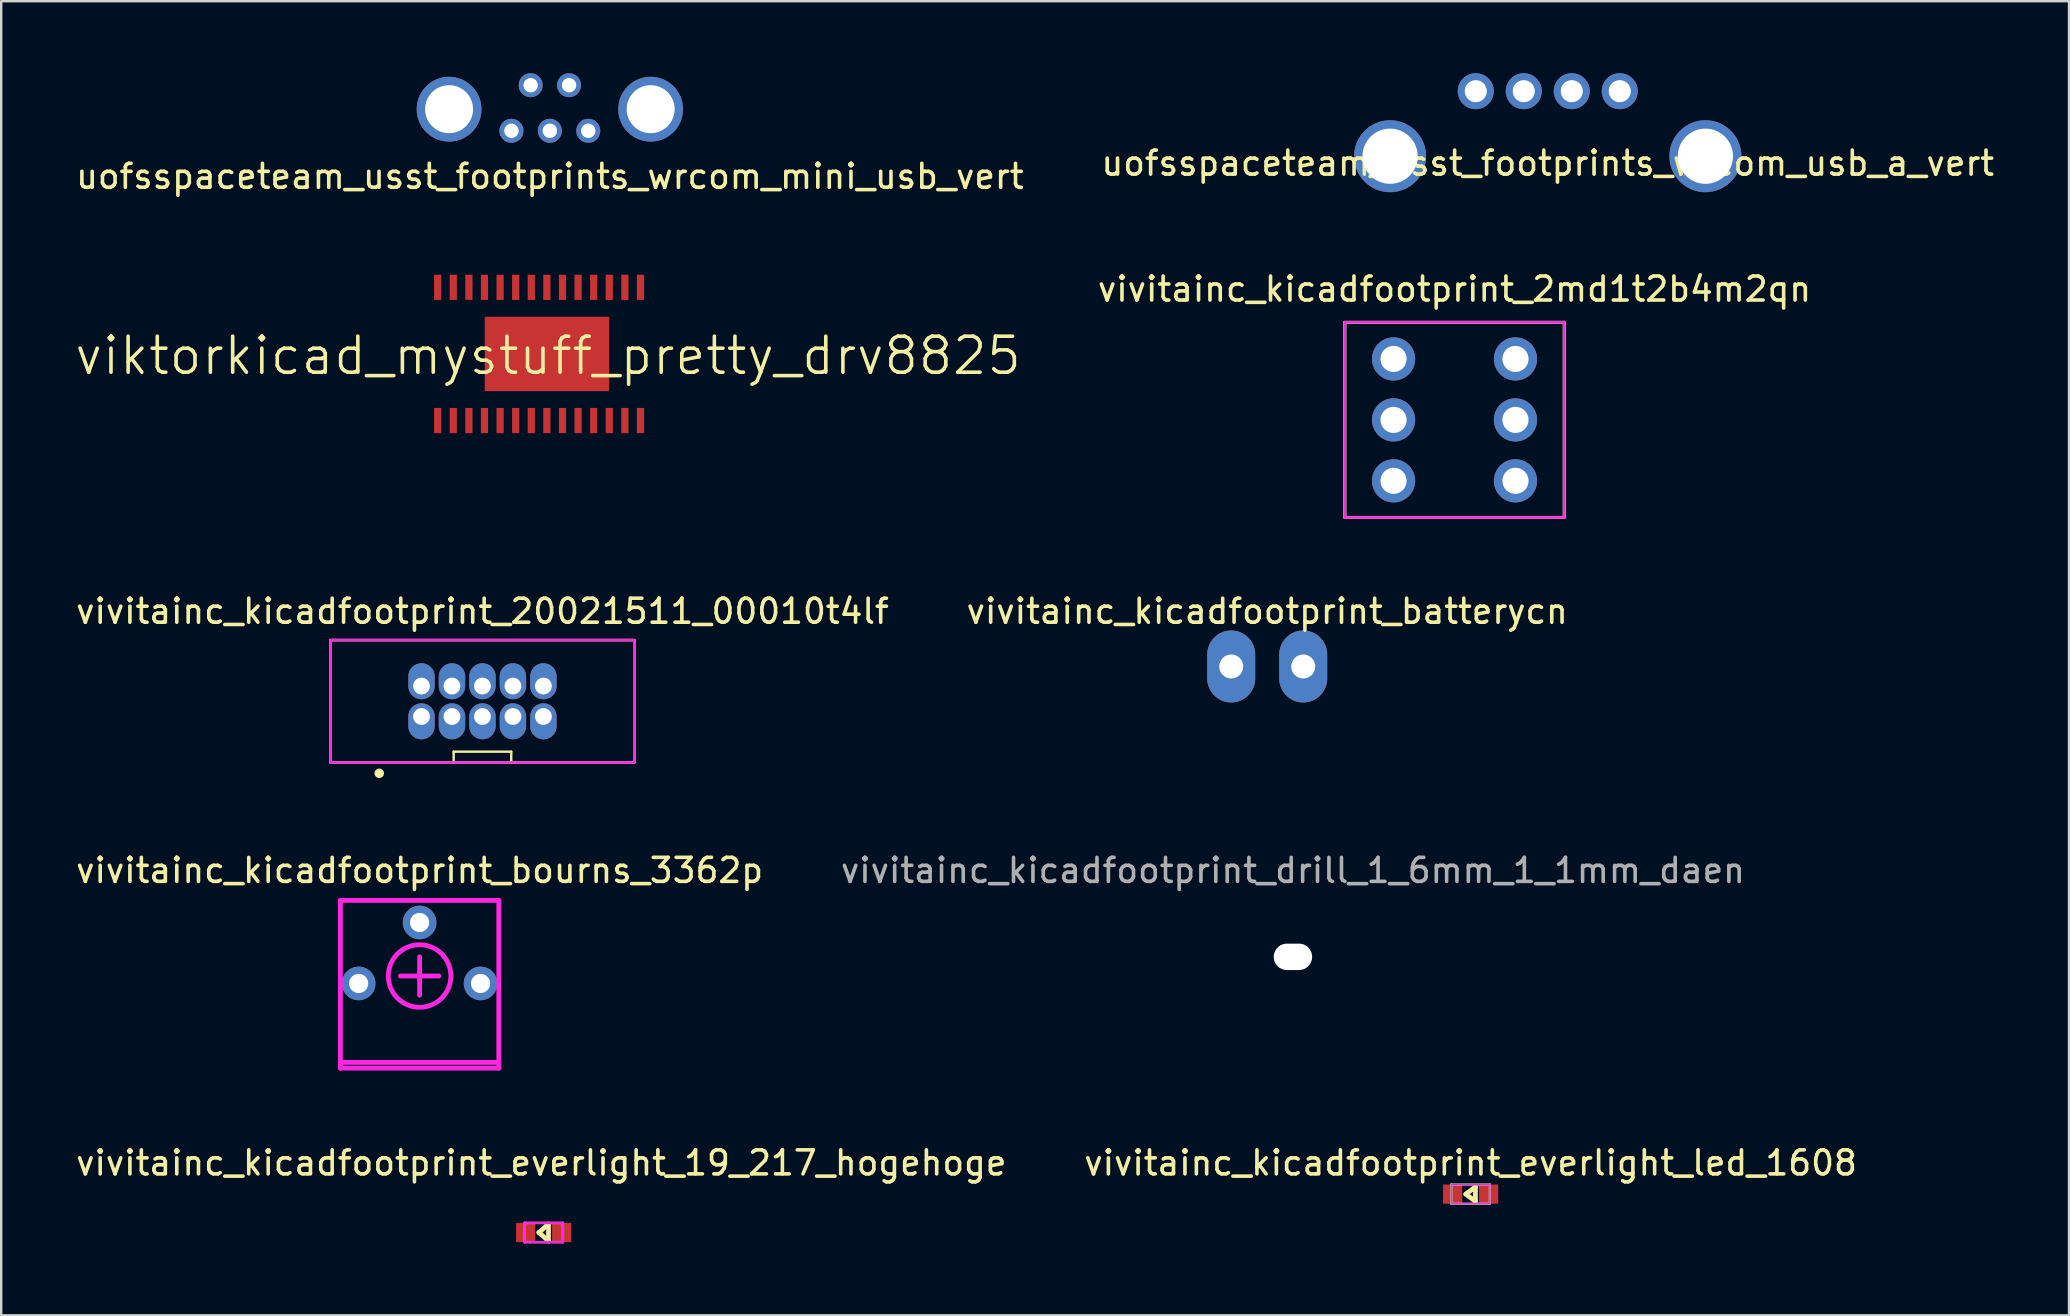
<source format=kicad_pcb>
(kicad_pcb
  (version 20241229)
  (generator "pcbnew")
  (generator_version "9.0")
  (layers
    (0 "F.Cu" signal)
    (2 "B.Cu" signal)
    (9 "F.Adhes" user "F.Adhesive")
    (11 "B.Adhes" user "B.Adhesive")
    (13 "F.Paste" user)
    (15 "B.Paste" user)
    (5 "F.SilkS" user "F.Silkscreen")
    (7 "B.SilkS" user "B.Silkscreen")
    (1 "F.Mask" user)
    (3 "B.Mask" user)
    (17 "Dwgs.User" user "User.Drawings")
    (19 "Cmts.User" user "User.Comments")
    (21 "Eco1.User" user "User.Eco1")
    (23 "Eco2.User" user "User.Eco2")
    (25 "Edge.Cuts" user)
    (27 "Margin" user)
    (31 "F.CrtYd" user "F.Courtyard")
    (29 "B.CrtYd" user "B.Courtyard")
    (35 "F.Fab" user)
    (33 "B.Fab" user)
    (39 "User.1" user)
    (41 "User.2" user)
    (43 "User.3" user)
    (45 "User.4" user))
  (footprint "uofsspaceteam_usst_footprints_wrcom_usb_a_vert"
    (layer "F.Cu")
    (at 61.446 0.75)
    (property "Reference" "uofsspaceteam_usst_footprints_wrcom_usb_a_vert" (at 0 3 0) (layer "F.SilkS") (effects (font (size 1 1) (thickness 0.15))))
    (attr through_hole)
    (pad "1" thru_hole circle (at -3 0) (size 1.5 1.5) (drill 0.92) (layers "*.Cu" "*.Mask"))
    (pad "2" thru_hole circle (at -1 0) (size 1.5 1.5) (drill 0.92) (layers "*.Cu" "*.Mask"))
    (pad "3" thru_hole circle (at 1 0) (size 1.5 1.5) (drill 0.92) (layers "*.Cu" "*.Mask"))
    (pad "4" thru_hole circle (at 3 0) (size 1.5 1.5) (drill 0.92) (layers "*.Cu" "*.Mask"))
    (pad "5" thru_hole circle (at -6.57 2.71) (size 3 3) (drill 2.3) (layers "*.Cu" "*.Mask"))
    (pad "5" thru_hole circle (at 6.57 2.71) (size 3 3) (drill 2.3) (layers "*.Cu" "*.Mask")))
  (footprint "vivitainc_kicadfootprint_2md1t2b4m2qn"
    (layer "F.Cu")
    (at 57.561 14.447)
    (property "Reference" "vivitainc_kicadfootprint_2md1t2b4m2qn" (at 0 -5.45 0) (layer "F.SilkS") (effects (font (size 1 1) (thickness 0.15))))
    (attr through_hole)
    (fp_line (start -4.57 -4.065) (end -4.57 4.065) (stroke (width 0.127) (type solid)) (layer "F.SilkS"))
    (fp_line (start -4.57 -4.065) (end 4.57 -4.065) (stroke (width 0.127) (type solid)) (layer "F.SilkS"))
    (fp_line (start -4.57 4.065) (end 4.57 4.065) (stroke (width 0.127) (type solid)) (layer "F.SilkS"))
    (fp_line (start 4.57 4.065) (end 4.57 -4.065) (stroke (width 0.127) (type solid)) (layer "F.SilkS"))
    (fp_line (start -4.57 -4.065) (end -4.57 4.065) (stroke (width 0.1) (type solid)) (layer "F.CrtYd"))
    (fp_line (start -4.57 -4.065) (end 4.57 -4.065) (stroke (width 0.1) (type solid)) (layer "F.CrtYd"))
    (fp_line (start -4.57 4.065) (end 4.57 4.065) (stroke (width 0.1) (type solid)) (layer "F.CrtYd"))
    (fp_line (start 4.57 4.065) (end 4.57 -4.065) (stroke (width 0.1) (type solid)) (layer "F.CrtYd"))
    (fp_line (start -4.57 -4.065) (end -4.57 4.065) (stroke (width 0.1) (type solid)) (layer "F.Fab"))
    (fp_line (start -4.57 -4.065) (end 4.57 -4.065) (stroke (width 0.1) (type solid)) (layer "F.Fab"))
    (fp_line (start -4.57 4.065) (end 4.57 4.065) (stroke (width 0.1) (type solid)) (layer "F.Fab"))
    (fp_line (start 4.57 4.065) (end 4.57 -4.065) (stroke (width 0.1) (type solid)) (layer "F.Fab"))
    (pad "1" thru_hole circle (at -2.54 2.54) (size 1.8 1.8) (drill 1.09) (layers "*.Cu" "*.Mask"))
    (pad "2" thru_hole circle (at -2.54 0) (size 1.8 1.8) (drill 1.09) (layers "*.Cu" "*.Mask"))
    (pad "3" thru_hole circle (at -2.54 -2.54) (size 1.8 1.8) (drill 1.09) (layers "*.Cu" "*.Mask"))
    (pad "4" thru_hole circle (at 2.54 2.54) (size 1.8 1.8) (drill 1.09) (layers "*.Cu" "*.Mask"))
    (pad "5" thru_hole circle (at 2.54 0) (size 1.8 1.8) (drill 1.09) (layers "*.Cu" "*.Mask"))
    (pad "6" thru_hole circle (at 2.54 -2.54) (size 1.8 1.8) (drill 1.09) (layers "*.Cu" "*.Mask")))
  (footprint "vivitainc_kicadfootprint_drill_1_6mm_1_1mm_daen"
    (layer "F.Cu")
    (at 50.827 36.822)
    (property "Reference" "vivitainc_kicadfootprint_drill_1_6mm_1_1mm_daen" (at 0 -3.6 0) (layer "F.Fab") (effects (font (size 1 1) (thickness 0.15))))
    (attr through_hole)
    (pad "" np_thru_hole oval (at 0 0) (size 1.6 1.1) (drill oval 1.6 1.1) (layers "*.Cu" "*.Mask")))
  (footprint "viktorkicad_mystuff_pretty_drv8825"
    (layer "F.Cu")
    (at 15.189 8.923)
    (property "Reference" "viktorkicad_mystuff_pretty_drv8825" (at 4.6 2.85 0) (layer "F.SilkS") (effects (font (size 1.5 1.5) (thickness 0.15))))
    (attr through_hole)
    (fp_line (start -0.3 -0.7) (end 8.8 -0.7) (stroke (width 0.15) (type solid)) (layer "B.Adhes"))
    (fp_line (start -0.3 6.3) (end -0.3 -0.7) (stroke (width 0.15) (type solid)) (layer "B.Adhes"))
    (fp_line (start 8.8 -0.7) (end 8.8 6.3) (stroke (width 0.15) (type solid)) (layer "B.Adhes"))
    (fp_line (start 8.8 6.3) (end -0.3 6.3) (stroke (width 0.15) (type solid)) (layer "B.Adhes"))
    (fp_circle (center 0.6 4.1) (end 1 4.3) (stroke (width 0.15) (type solid)) (fill no) (layer "B.Adhes"))
    (pad "1" smd trapezoid (at 0 5.55) (size 0.3 1.05) (layers "F.Cu" "F.Mask" "F.Paste"))
    (pad "2" smd trapezoid (at 0.65 5.55) (size 0.3 1.05) (layers "F.Cu" "F.Mask" "F.Paste"))
    (pad "3" smd trapezoid (at 1.3 5.55) (size 0.3 1.05) (layers "F.Cu" "F.Mask" "F.Paste"))
    (pad "4" smd trapezoid (at 1.95 5.55) (size 0.3 1.05) (layers "F.Cu" "F.Mask" "F.Paste"))
    (pad "5" smd trapezoid (at 2.6 5.55) (size 0.3 1.05) (layers "F.Cu" "F.Mask" "F.Paste"))
    (pad "6" smd trapezoid (at 3.25 5.55) (size 0.3 1.05) (layers "F.Cu" "F.Mask" "F.Paste"))
    (pad "7" smd trapezoid (at 3.9 5.55) (size 0.3 1.05) (layers "F.Cu" "F.Mask" "F.Paste"))
    (pad "8" smd trapezoid (at 4.55 5.55) (size 0.3 1.05) (layers "F.Cu" "F.Mask" "F.Paste"))
    (pad "9" smd trapezoid (at 5.2 5.55) (size 0.3 1.05) (layers "F.Cu" "F.Mask" "F.Paste"))
    (pad "10" smd trapezoid (at 5.85 5.55) (size 0.3 1.05) (layers "F.Cu" "F.Mask" "F.Paste"))
    (pad "11" smd trapezoid (at 6.5 5.55) (size 0.3 1.05) (layers "F.Cu" "F.Mask" "F.Paste"))
    (pad "12" smd trapezoid (at 7.15 5.55) (size 0.3 1.05) (layers "F.Cu" "F.Mask" "F.Paste"))
    (pad "13" smd trapezoid (at 7.8 5.55) (size 0.3 1.05) (layers "F.Cu" "F.Mask" "F.Paste"))
    (pad "14" smd trapezoid (at 4.55 2.775) (size 5.18 3.1) (layers "F.Cu" "F.Mask" "F.Paste"))
    (pad "14" smd trapezoid (at 8.45 5.55) (size 0.3 1.05) (layers "F.Cu" "F.Mask" "F.Paste"))
    (pad "15" smd trapezoid (at 8.45 0) (size 0.3 1.05) (layers "F.Cu" "F.Mask" "F.Paste"))
    (pad "16" smd trapezoid (at 7.8 0) (size 0.3 1.05) (layers "F.Cu" "F.Mask" "F.Paste"))
    (pad "17" smd trapezoid (at 7.15 0) (size 0.3 1.05) (layers "F.Cu" "F.Mask" "F.Paste"))
    (pad "18" smd trapezoid (at 6.5 0) (size 0.3 1.05) (layers "F.Cu" "F.Mask" "F.Paste"))
    (pad "19" smd trapezoid (at 5.85 0) (size 0.3 1.05) (layers "F.Cu" "F.Mask" "F.Paste"))
    (pad "20" smd trapezoid (at 5.2 0) (size 0.3 1.05) (layers "F.Cu" "F.Mask" "F.Paste"))
    (pad "21" smd trapezoid (at 4.55 0) (size 0.3 1.05) (layers "F.Cu" "F.Mask" "F.Paste"))
    (pad "22" smd trapezoid (at 3.9 0) (size 0.3 1.05) (layers "F.Cu" "F.Mask" "F.Paste"))
    (pad "23" smd trapezoid (at 3.25 0) (size 0.3 1.05) (layers "F.Cu" "F.Mask" "F.Paste"))
    (pad "24" smd trapezoid (at 2.6 0) (size 0.3 1.05) (layers "F.Cu" "F.Mask" "F.Paste"))
    (pad "25" smd trapezoid (at 1.95 0) (size 0.3 1.05) (layers "F.Cu" "F.Mask" "F.Paste"))
    (pad "26" smd trapezoid (at 1.3 0) (size 0.3 1.05) (layers "F.Cu" "F.Mask" "F.Paste"))
    (pad "27" smd trapezoid (at 0.65 0) (size 0.3 1.05) (layers "F.Cu" "F.Mask" "F.Paste"))
    (pad "28" smd trapezoid (at 0 0) (size 0.3 1.05) (layers "F.Cu" "F.Mask" "F.Paste")))
  (footprint "vivitainc_kicadfootprint_20021511_00010t4lf"
    (layer "F.Cu")
    (at 17.054 26.173)
    (property "Reference" "vivitainc_kicadfootprint_20021511_00010t4lf" (at 0 -3.75 0) (layer "F.SilkS") (effects (font (size 1 1) (thickness 0.15))))
    (attr through_hole)
    (fp_line (start -6.325 -2.55) (end 6.325 -2.55) (stroke (width 0.1) (type solid)) (layer "F.SilkS"))
    (fp_line (start -6.325 2.55) (end -6.325 -2.55) (stroke (width 0.1) (type solid)) (layer "F.SilkS"))
    (fp_line (start -1.2 2.1) (end 1.2 2.1) (stroke (width 0.1) (type solid)) (layer "F.SilkS"))
    (fp_line (start -1.2 2.55) (end -1.2 2.1) (stroke (width 0.1) (type solid)) (layer "F.SilkS"))
    (fp_line (start 1.2 2.1) (end 1.2 2.55) (stroke (width 0.1) (type solid)) (layer "F.SilkS"))
    (fp_line (start 6.325 -2.55) (end 6.325 2.55) (stroke (width 0.1) (type solid)) (layer "F.SilkS"))
    (fp_line (start 6.325 2.55) (end -6.325 2.55) (stroke (width 0.1) (type solid)) (layer "F.SilkS"))
    (fp_circle (center -4.3 3) (end -4.3 2.9) (stroke (width 0.2) (type solid)) (fill no) (layer "F.SilkS"))
    (fp_line (start -6.325 -2.55) (end 6.325 -2.55) (stroke (width 0.1) (type solid)) (layer "F.CrtYd"))
    (fp_line (start -6.325 2.55) (end -6.325 -2.55) (stroke (width 0.1) (type solid)) (layer "F.CrtYd"))
    (fp_line (start 6.325 -2.55) (end 6.325 2.55) (stroke (width 0.1) (type solid)) (layer "F.CrtYd"))
    (fp_line (start 6.325 2.55) (end -6.325 2.55) (stroke (width 0.1) (type solid)) (layer "F.CrtYd"))
    (fp_line (start -6.325 -2.55) (end 6.325 -2.55) (stroke (width 0.1) (type solid)) (layer "F.Fab"))
    (fp_line (start -6.325 2.55) (end -6.325 -2.55) (stroke (width 0.1) (type solid)) (layer "F.Fab"))
    (fp_line (start 6.325 -2.55) (end 6.325 2.55) (stroke (width 0.1) (type solid)) (layer "F.Fab"))
    (fp_line (start 6.325 2.55) (end -6.325 2.55) (stroke (width 0.1) (type solid)) (layer "F.Fab"))
    (pad "1" thru_hole oval (at -2.54 0.635) (size 1.1 1.5) (drill 0.7 (offset 0 0.2)) (layers "*.Cu" "*.Mask"))
    (pad "2" thru_hole oval (at -2.54 -0.635) (size 1.1 1.5) (drill 0.7 (offset 0 -0.2)) (layers "*.Cu" "*.Mask"))
    (pad "3" thru_hole oval (at -1.27 0.635) (size 1.1 1.5) (drill 0.7 (offset 0 0.2)) (layers "*.Cu" "*.Mask"))
    (pad "4" thru_hole oval (at -1.27 -0.635) (size 1.1 1.5) (drill 0.7 (offset 0 -0.2)) (layers "*.Cu" "*.Mask"))
    (pad "5" thru_hole oval (at 0 0.635) (size 1.1 1.5) (drill 0.7 (offset 0 0.2)) (layers "*.Cu" "*.Mask"))
    (pad "6" thru_hole oval (at 0 -0.635) (size 1.1 1.5) (drill 0.7 (offset 0 -0.2)) (layers "*.Cu" "*.Mask"))
    (pad "7" thru_hole oval (at 1.27 0.635) (size 1.1 1.5) (drill 0.7 (offset 0 0.2)) (layers "*.Cu" "*.Mask"))
    (pad "8" thru_hole oval (at 1.27 -0.635) (size 1.1 1.5) (drill 0.7 (offset 0 -0.2)) (layers "*.Cu" "*.Mask"))
    (pad "9" thru_hole oval (at 2.54 0.635) (size 1.1 1.5) (drill 0.7 (offset 0 0.2)) (layers "*.Cu" "*.Mask"))
    (pad "10" thru_hole oval (at 2.54 -0.635) (size 1.1 1.5) (drill 0.7 (offset 0 -0.2)) (layers "*.Cu" "*.Mask")))
  (footprint "vivitainc_kicadfootprint_everlight_led_1608"
    (layer "F.Cu")
    (at 58.232 46.71)
    (property "Reference" "vivitainc_kicadfootprint_everlight_led_1608" (at 0 -1.3 0) (layer "F.SilkS") (effects (font (size 1 1) (thickness 0.15))))
    (attr smd)
    (fp_line (start -0.2 0) (end 0.2 0.3) (stroke (width 0.2) (type solid)) (layer "F.SilkS"))
    (fp_line (start 0.2 -0.3) (end -0.2 0) (stroke (width 0.2) (type solid)) (layer "F.SilkS"))
    (fp_line (start 0.2 -0.3) (end 0.2 0.3) (stroke (width 0.2) (type solid)) (layer "F.SilkS"))
    (fp_line (start -0.8 -0.4) (end 0.8 -0.4) (stroke (width 0.05) (type solid)) (layer "F.CrtYd"))
    (fp_line (start -0.8 0.4) (end -0.8 -0.4) (stroke (width 0.05) (type solid)) (layer "F.CrtYd"))
    (fp_line (start 0.8 -0.4) (end 0.8 0.4) (stroke (width 0.05) (type solid)) (layer "F.CrtYd"))
    (fp_line (start 0.8 0.4) (end -0.8 0.4) (stroke (width 0.05) (type solid)) (layer "F.CrtYd"))
    (fp_line (start -0.8 -0.4) (end 0.8 -0.4) (stroke (width 0.1) (type solid)) (layer "F.Fab"))
    (fp_line (start -0.8 0.4) (end -0.8 -0.4) (stroke (width 0.1) (type solid)) (layer "F.Fab"))
    (fp_line (start 0.8 -0.4) (end 0.8 0.4) (stroke (width 0.1) (type solid)) (layer "F.Fab"))
    (fp_line (start 0.8 0.4) (end -0.8 0.4) (stroke (width 0.1) (type solid)) (layer "F.Fab"))
    (pad "A" smd rect (at 0.75 0) (size 0.8 0.8) (layers "F.Cu" "F.Mask" "F.Paste"))
    (pad "K" smd rect (at -0.75 0) (size 0.8 0.8) (layers "F.Cu" "F.Mask" "F.Paste")))
  (footprint "vivitainc_kicadfootprint_everlight_19_217_hogehoge"
    (layer "F.Cu")
    (at 19.606 48.31)
    (property "Reference" "vivitainc_kicadfootprint_everlight_19_217_hogehoge" (at -0.1 -2.9 0) (layer "F.SilkS") (effects (font (size 1 1) (thickness 0.15))))
    (attr through_hole)
    (fp_line (start -0.2 0) (end 0.2 0.35) (stroke (width 0.2) (type solid)) (layer "F.SilkS"))
    (fp_line (start 0.2 -0.35) (end -0.2 0) (stroke (width 0.2) (type solid)) (layer "F.SilkS"))
    (fp_line (start 0.2 -0.35) (end 0.2 0.35) (stroke (width 0.2) (type solid)) (layer "F.SilkS"))
    (fp_line (start -0.8 -0.4) (end -0.8 0.4) (stroke (width 0.1) (type solid)) (layer "F.CrtYd"))
    (fp_line (start -0.8 -0.4) (end 0.8 -0.4) (stroke (width 0.1) (type solid)) (layer "F.CrtYd"))
    (fp_line (start -0.8 0.4) (end 0.8 0.4) (stroke (width 0.1) (type solid)) (layer "F.CrtYd"))
    (fp_line (start 0.8 0.4) (end 0.8 -0.4) (stroke (width 0.1) (type solid)) (layer "F.CrtYd"))
    (fp_line (start -0.8 -0.4) (end -0.8 0.4) (stroke (width 0.1) (type solid)) (layer "F.Fab"))
    (fp_line (start -0.8 -0.4) (end 0.8 -0.4) (stroke (width 0.1) (type solid)) (layer "F.Fab"))
    (fp_line (start -0.8 0.4) (end 0.8 0.4) (stroke (width 0.1) (type solid)) (layer "F.Fab"))
    (fp_line (start 0.8 0.4) (end 0.8 -0.4) (stroke (width 0.1) (type solid)) (layer "F.Fab"))
    (pad "A" smd rect (at 0.75 0) (size 0.8 0.8) (layers "F.Cu" "F.Mask" "F.Paste"))
    (pad "C" smd rect (at -0.75 0) (size 0.8 0.8) (layers "F.Cu" "F.Mask" "F.Paste")))
  (footprint "vivitainc_kicadfootprint_bourns_3362p"
    (layer "F.Cu")
    (at 14.435 37.621)
    (property "Reference" "vivitainc_kicadfootprint_bourns_3362p" (at 0 -4.4 0) (layer "F.SilkS") (effects (font (size 1 1) (thickness 0.15))))
    (attr through_hole)
    (fp_line (start -3.3 -3.15) (end 3.3 -3.15) (stroke (width 0.2) (type solid)) (layer "F.CrtYd"))
    (fp_line (start -3.3 3.6) (end 3.3 3.6) (stroke (width 0.2) (type solid)) (layer "F.CrtYd"))
    (fp_line (start -3.3 3.84) (end -3.3 -3.15) (stroke (width 0.2) (type solid)) (layer "F.CrtYd"))
    (fp_line (start -0.8 0) (end 0.8 0) (stroke (width 0.2) (type solid)) (layer "F.CrtYd"))
    (fp_line (start 0 -0.8) (end 0 0.8) (stroke (width 0.2) (type solid)) (layer "F.CrtYd"))
    (fp_line (start 3.3 -3.15) (end 3.3 3.84) (stroke (width 0.2) (type solid)) (layer "F.CrtYd"))
    (fp_line (start 3.3 3.84) (end -3.3 3.84) (stroke (width 0.2) (type solid)) (layer "F.CrtYd"))
    (fp_circle (center 0 0) (end -0.1 1.3) (stroke (width 0.2) (type solid)) (fill no) (layer "F.CrtYd"))
    (pad "1" thru_hole circle (at -2.54 0.31) (size 1.4 1.4) (drill 0.8) (layers "*.Cu" "*.Mask"))
    (pad "2" thru_hole circle (at 0 -2.23) (size 1.4 1.4) (drill 0.8) (layers "*.Cu" "*.Mask"))
    (pad "3" thru_hole circle (at 2.54 0.31) (size 1.4 1.4) (drill 0.8) (layers "*.Cu" "*.Mask")))
  (footprint "uofsspaceteam_usst_footprints_wrcom_mini_usb_vert"
    (layer "F.Cu")
    (at 19.863 2.4)
    (property "Reference" "uofsspaceteam_usst_footprints_wrcom_mini_usb_vert" (at 0 1.9 0) (layer "F.SilkS") (effects (font (size 1 1) (thickness 0.15))))
    (attr through_hole)
    (pad "1" thru_hole circle (at -1.6 0) (size 1 1) (drill 0.6) (layers "*.Cu" "*.Mask"))
    (pad "2" thru_hole circle (at -0.8 -1.9) (size 1 1) (drill 0.6) (layers "*.Cu" "*.Mask"))
    (pad "3" thru_hole circle (at 0 0) (size 1 1) (drill 0.6) (layers "*.Cu" "*.Mask"))
    (pad "4" thru_hole circle (at 0.8 -1.9) (size 1 1) (drill 0.6) (layers "*.Cu" "*.Mask"))
    (pad "5" thru_hole circle (at 1.6 0) (size 1 1) (drill 0.6) (layers "*.Cu" "*.Mask"))
    (pad "6" thru_hole circle (at -4.2 -0.9) (size 2.7 2.7) (drill 2) (layers "*.Cu" "*.Mask"))
    (pad "6" thru_hole circle (at 4.2 -0.9) (size 2.7 2.7) (drill 2) (layers "*.Cu" "*.Mask")))
  (footprint "vivitainc_kicadfootprint_batterycn"
    (layer "F.Cu")
    (at 49.756 24.723)
    (property "Reference" "vivitainc_kicadfootprint_batterycn" (at 0 -2.3 0) (layer "F.SilkS") (effects (font (size 1 1) (thickness 0.15))))
    (attr through_hole)
    (pad "1" thru_hole oval (at 1.5 0) (size 2 3) (drill 1) (layers "*.Cu" "*.Mask"))
    (pad "2" thru_hole oval (at -1.5 0) (size 2 3) (drill 1) (layers "*.Cu" "*.Mask")))
  (gr_rect
    (start -3 -3)
    (end 83.167 51.76)
    (stroke (width 0.1) (type default))
    (fill no)
    (layer "Edge.Cuts")))
</source>
